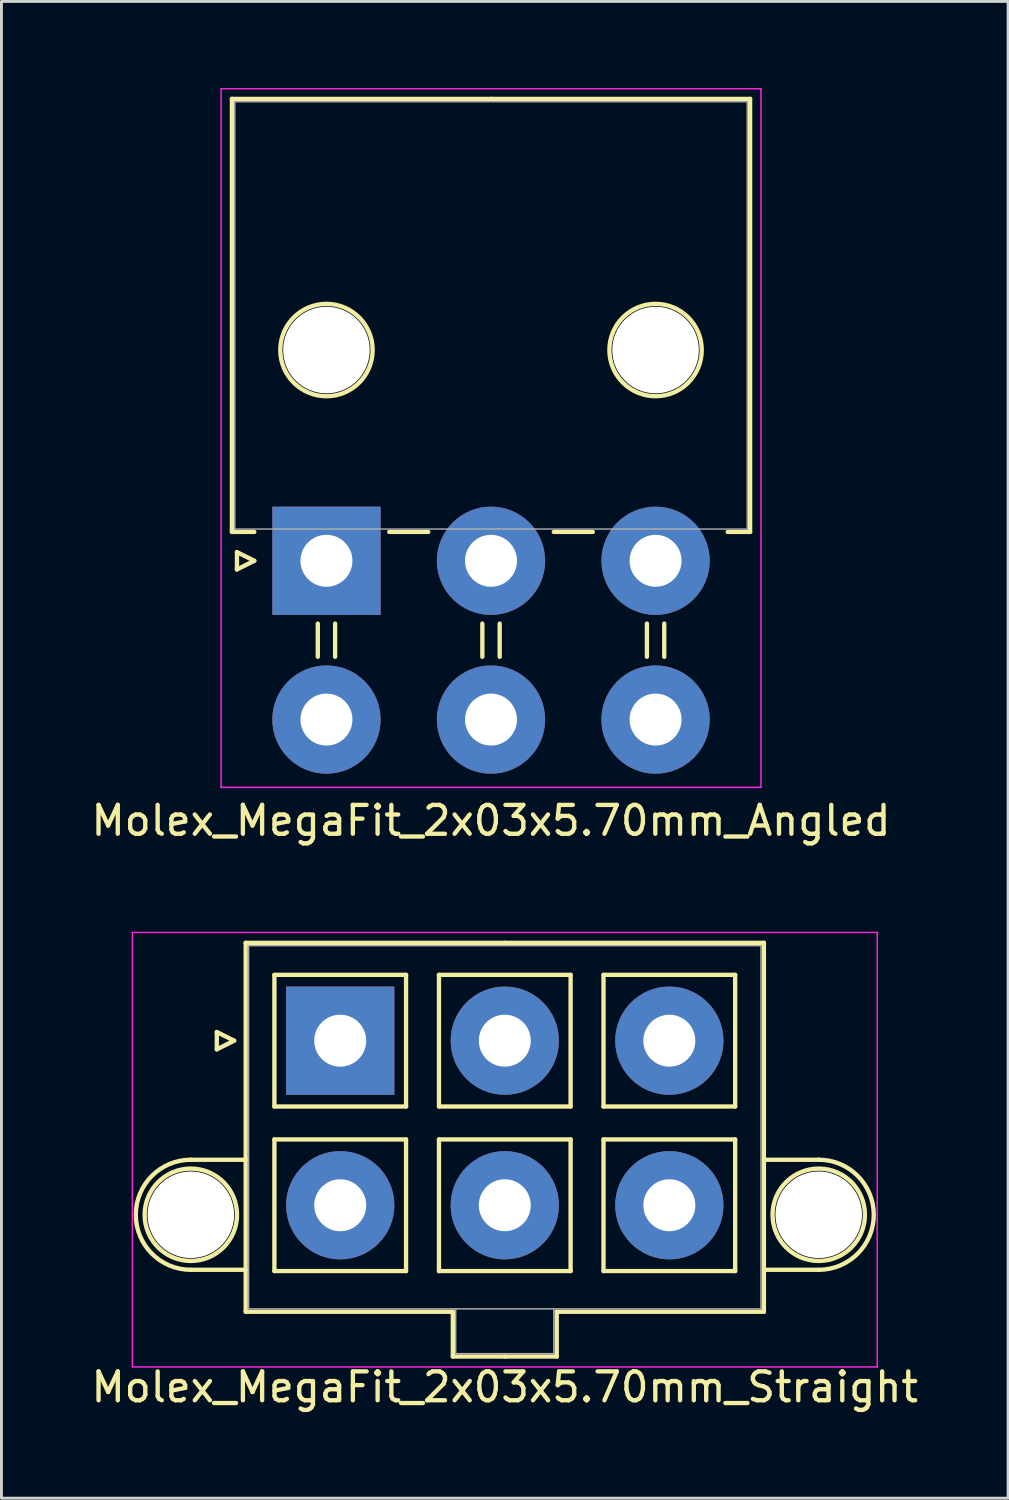
<source format=kicad_pcb>
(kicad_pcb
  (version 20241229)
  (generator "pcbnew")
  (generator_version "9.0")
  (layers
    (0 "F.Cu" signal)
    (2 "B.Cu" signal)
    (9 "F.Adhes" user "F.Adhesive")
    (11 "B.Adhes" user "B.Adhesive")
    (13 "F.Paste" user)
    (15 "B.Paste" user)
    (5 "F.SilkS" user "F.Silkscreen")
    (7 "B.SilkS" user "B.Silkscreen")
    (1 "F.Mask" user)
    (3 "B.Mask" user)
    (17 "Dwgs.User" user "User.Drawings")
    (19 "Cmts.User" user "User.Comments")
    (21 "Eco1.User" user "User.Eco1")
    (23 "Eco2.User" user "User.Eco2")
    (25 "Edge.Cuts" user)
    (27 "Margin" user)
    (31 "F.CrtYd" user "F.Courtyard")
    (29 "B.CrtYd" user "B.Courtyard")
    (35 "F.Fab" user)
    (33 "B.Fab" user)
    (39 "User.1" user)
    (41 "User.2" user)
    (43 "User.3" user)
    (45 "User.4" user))
  (footprint "Molex_MegaFit_2x03x5.70mm_Straight"
    (layer "F.Cu")
    (at 8.735 32.998)
    (property "Reference" "Molex_MegaFit_2x03x5.70mm_Straight" (at 5.7 12 0) (layer "F.SilkS") (effects (font (size 1 1) (thickness 0.15))))
    (attr through_hole)
    (fp_line (start -5.175 4.124) (end -3.275 4.124) (stroke (width 0.15) (type solid)) (layer "F.SilkS"))
    (fp_line (start -5.175 7.936) (end -3.275 7.936) (stroke (width 0.15) (type solid)) (layer "F.SilkS"))
    (fp_line (start -4.275 -0.3) (end -3.675 0) (stroke (width 0.15) (type solid)) (layer "F.SilkS"))
    (fp_line (start -4.275 0.3) (end -4.275 -0.3) (stroke (width 0.15) (type solid)) (layer "F.SilkS"))
    (fp_line (start -3.675 0) (end -4.275 0.3) (stroke (width 0.15) (type solid)) (layer "F.SilkS"))
    (fp_line (start -3.275 -3.39) (end -3.275 9.39) (stroke (width 0.15) (type solid)) (layer "F.SilkS"))
    (fp_line (start -3.275 9.39) (end 3.9 9.39) (stroke (width 0.15) (type solid)) (layer "F.SilkS"))
    (fp_line (start -2.28 -2.28) (end -2.28 2.28) (stroke (width 0.15) (type solid)) (layer "F.SilkS"))
    (fp_line (start -2.28 2.28) (end 2.28 2.28) (stroke (width 0.15) (type solid)) (layer "F.SilkS"))
    (fp_line (start -2.28 3.42) (end -2.28 7.98) (stroke (width 0.15) (type solid)) (layer "F.SilkS"))
    (fp_line (start -2.28 7.98) (end 2.28 7.98) (stroke (width 0.15) (type solid)) (layer "F.SilkS"))
    (fp_line (start 2.28 -2.28) (end -2.28 -2.28) (stroke (width 0.15) (type solid)) (layer "F.SilkS"))
    (fp_line (start 2.28 2.28) (end 2.28 -2.28) (stroke (width 0.15) (type solid)) (layer "F.SilkS"))
    (fp_line (start 2.28 3.42) (end -2.28 3.42) (stroke (width 0.15) (type solid)) (layer "F.SilkS"))
    (fp_line (start 2.28 7.98) (end 2.28 3.42) (stroke (width 0.15) (type solid)) (layer "F.SilkS"))
    (fp_line (start 3.42 -2.28) (end 3.42 2.28) (stroke (width 0.15) (type solid)) (layer "F.SilkS"))
    (fp_line (start 3.42 2.28) (end 7.98 2.28) (stroke (width 0.15) (type solid)) (layer "F.SilkS"))
    (fp_line (start 3.42 3.42) (end 3.42 7.98) (stroke (width 0.15) (type solid)) (layer "F.SilkS"))
    (fp_line (start 3.42 7.98) (end 7.98 7.98) (stroke (width 0.15) (type solid)) (layer "F.SilkS"))
    (fp_line (start 3.9 9.39) (end 3.9 10.94) (stroke (width 0.15) (type solid)) (layer "F.SilkS"))
    (fp_line (start 3.9 10.94) (end 5.7 10.94) (stroke (width 0.15) (type solid)) (layer "F.SilkS"))
    (fp_line (start 5.7 -3.39) (end -3.275 -3.39) (stroke (width 0.15) (type solid)) (layer "F.SilkS"))
    (fp_line (start 5.7 -3.39) (end 14.675 -3.39) (stroke (width 0.15) (type solid)) (layer "F.SilkS"))
    (fp_line (start 7.5 9.39) (end 7.5 10.94) (stroke (width 0.15) (type solid)) (layer "F.SilkS"))
    (fp_line (start 7.5 10.94) (end 5.7 10.94) (stroke (width 0.15) (type solid)) (layer "F.SilkS"))
    (fp_line (start 7.98 -2.28) (end 3.42 -2.28) (stroke (width 0.15) (type solid)) (layer "F.SilkS"))
    (fp_line (start 7.98 2.28) (end 7.98 -2.28) (stroke (width 0.15) (type solid)) (layer "F.SilkS"))
    (fp_line (start 7.98 3.42) (end 3.42 3.42) (stroke (width 0.15) (type solid)) (layer "F.SilkS"))
    (fp_line (start 7.98 7.98) (end 7.98 3.42) (stroke (width 0.15) (type solid)) (layer "F.SilkS"))
    (fp_line (start 9.12 -2.28) (end 9.12 2.28) (stroke (width 0.15) (type solid)) (layer "F.SilkS"))
    (fp_line (start 9.12 2.28) (end 13.68 2.28) (stroke (width 0.15) (type solid)) (layer "F.SilkS"))
    (fp_line (start 9.12 3.42) (end 9.12 7.98) (stroke (width 0.15) (type solid)) (layer "F.SilkS"))
    (fp_line (start 9.12 7.98) (end 13.68 7.98) (stroke (width 0.15) (type solid)) (layer "F.SilkS"))
    (fp_line (start 13.68 -2.28) (end 9.12 -2.28) (stroke (width 0.15) (type solid)) (layer "F.SilkS"))
    (fp_line (start 13.68 2.28) (end 13.68 -2.28) (stroke (width 0.15) (type solid)) (layer "F.SilkS"))
    (fp_line (start 13.68 3.42) (end 9.12 3.42) (stroke (width 0.15) (type solid)) (layer "F.SilkS"))
    (fp_line (start 13.68 7.98) (end 13.68 3.42) (stroke (width 0.15) (type solid)) (layer "F.SilkS"))
    (fp_line (start 14.675 -3.39) (end 14.675 9.39) (stroke (width 0.15) (type solid)) (layer "F.SilkS"))
    (fp_line (start 14.675 9.39) (end 7.5 9.39) (stroke (width 0.15) (type solid)) (layer "F.SilkS"))
    (fp_line (start 16.575 4.124) (end 14.675 4.124) (stroke (width 0.15) (type solid)) (layer "F.SilkS"))
    (fp_line (start 16.575 7.936) (end 14.675 7.936) (stroke (width 0.15) (type solid)) (layer "F.SilkS"))
    (fp_arc (start -5.175 7.93625) (mid -7.08125 6.03) (end -5.175 4.12375) (stroke (width 0.15) (type solid)) (layer "F.SilkS"))
    (fp_arc (start 16.575 4.12375) (mid 18.48125 6.03) (end 16.575 7.93625) (stroke (width 0.15) (type solid)) (layer "F.SilkS"))
    (fp_circle (center -5.175 6.03) (end -3.575 6.03) (stroke (width 0.15) (type solid)) (fill no) (layer "F.SilkS"))
    (fp_circle (center 16.575 6.03) (end 18.175 6.03) (stroke (width 0.15) (type solid)) (fill no) (layer "F.SilkS"))
    (fp_line (start -7.2 -3.75) (end -7.2 11.3) (stroke (width 0.05) (type solid)) (layer "F.CrtYd"))
    (fp_line (start -7.2 11.3) (end 18.6 11.3) (stroke (width 0.05) (type solid)) (layer "F.CrtYd"))
    (fp_line (start 18.6 -3.75) (end -7.2 -3.75) (stroke (width 0.05) (type solid)) (layer "F.CrtYd"))
    (fp_line (start 18.6 11.3) (end 18.6 -3.75) (stroke (width 0.05) (type solid)) (layer "F.CrtYd"))
    (fp_line (start -3.175 -3.29) (end -3.175 9.29) (stroke (width 0.05) (type solid)) (layer "F.Fab"))
    (fp_line (start -3.175 9.29) (end 14.575 9.29) (stroke (width 0.05) (type solid)) (layer "F.Fab"))
    (fp_line (start 4 9.29) (end 4 10.84) (stroke (width 0.05) (type solid)) (layer "F.Fab"))
    (fp_line (start 4 10.84) (end 7.4 10.84) (stroke (width 0.05) (type solid)) (layer "F.Fab"))
    (fp_line (start 7.4 10.84) (end 7.4 9.29) (stroke (width 0.05) (type solid)) (layer "F.Fab"))
    (fp_line (start 14.575 -3.29) (end -3.175 -3.29) (stroke (width 0.05) (type solid)) (layer "F.Fab"))
    (fp_line (start 14.575 9.29) (end 14.575 -3.29) (stroke (width 0.05) (type solid)) (layer "F.Fab"))
    (pad "" np_thru_hole circle (at -5.175 6.03) (size 3 3) (drill 3) (layers "*.Cu"))
    (pad "" np_thru_hole circle (at 16.575 6.03) (size 3 3) (drill 3) (layers "*.Cu"))
    (pad "1" thru_hole rect (at 0 0) (size 3.75 3.75) (drill 1.8) (layers "*.Cu" "*.Mask"))
    (pad "2" thru_hole circle (at 5.7 0) (size 3.75 3.75) (drill 1.8) (layers "*.Cu" "*.Mask"))
    (pad "3" thru_hole circle (at 11.4 0) (size 3.75 3.75) (drill 1.8) (layers "*.Cu" "*.Mask"))
    (pad "4" thru_hole circle (at 0 5.7) (size 3.75 3.75) (drill 1.8) (layers "*.Cu" "*.Mask"))
    (pad "5" thru_hole circle (at 5.7 5.7) (size 3.75 3.75) (drill 1.8) (layers "*.Cu" "*.Mask"))
    (pad "6" thru_hole circle (at 11.4 5.7) (size 3.75 3.75) (drill 1.8) (layers "*.Cu" "*.Mask")))
  (footprint "Molex_MegaFit_2x03x5.70mm_Angled"
    (layer "F.Cu")
    (at 8.258 16.375)
    (property "Reference" "Molex_MegaFit_2x03x5.70mm_Angled" (at 5.7 9 0) (layer "F.SilkS") (effects (font (size 1 1) (thickness 0.15))))
    (attr through_hole)
    (fp_line (start -3.275 -16) (end -3.275 -1) (stroke (width 0.15) (type solid)) (layer "F.SilkS"))
    (fp_line (start -3.275 -1) (end -2.5 -1) (stroke (width 0.15) (type solid)) (layer "F.SilkS"))
    (fp_line (start -3.1 -0.3) (end -2.5 0) (stroke (width 0.15) (type solid)) (layer "F.SilkS"))
    (fp_line (start -3.1 0.3) (end -3.1 -0.3) (stroke (width 0.15) (type solid)) (layer "F.SilkS"))
    (fp_line (start -2.5 0) (end -3.1 0.3) (stroke (width 0.15) (type solid)) (layer "F.SilkS"))
    (fp_line (start -0.3 2.175) (end -0.3 3.325) (stroke (width 0.15) (type solid)) (layer "F.SilkS"))
    (fp_line (start 0.3 2.175) (end 0.3 3.325) (stroke (width 0.15) (type solid)) (layer "F.SilkS"))
    (fp_line (start 2.175 -1) (end 3.525 -1) (stroke (width 0.15) (type solid)) (layer "F.SilkS"))
    (fp_line (start 5.4 2.175) (end 5.4 3.325) (stroke (width 0.15) (type solid)) (layer "F.SilkS"))
    (fp_line (start 5.7 -16) (end -3.275 -16) (stroke (width 0.15) (type solid)) (layer "F.SilkS"))
    (fp_line (start 5.7 -16) (end 14.675 -16) (stroke (width 0.15) (type solid)) (layer "F.SilkS"))
    (fp_line (start 6 2.175) (end 6 3.325) (stroke (width 0.15) (type solid)) (layer "F.SilkS"))
    (fp_line (start 7.875 -1) (end 9.225 -1) (stroke (width 0.15) (type solid)) (layer "F.SilkS"))
    (fp_line (start 11.1 2.175) (end 11.1 3.325) (stroke (width 0.15) (type solid)) (layer "F.SilkS"))
    (fp_line (start 11.7 2.175) (end 11.7 3.325) (stroke (width 0.15) (type solid)) (layer "F.SilkS"))
    (fp_line (start 14.675 -16) (end 14.675 -1) (stroke (width 0.15) (type solid)) (layer "F.SilkS"))
    (fp_line (start 14.675 -1) (end 13.9 -1) (stroke (width 0.15) (type solid)) (layer "F.SilkS"))
    (fp_circle (center 0 -7.3) (end 1.6 -7.3) (stroke (width 0.15) (type solid)) (fill no) (layer "F.SilkS"))
    (fp_circle (center 11.4 -7.3) (end 13 -7.3) (stroke (width 0.15) (type solid)) (fill no) (layer "F.SilkS"))
    (fp_line (start -3.65 -16.35) (end -3.65 7.85) (stroke (width 0.05) (type solid)) (layer "F.CrtYd"))
    (fp_line (start -3.65 7.85) (end 15.05 7.85) (stroke (width 0.05) (type solid)) (layer "F.CrtYd"))
    (fp_line (start 15.05 -16.35) (end -3.65 -16.35) (stroke (width 0.05) (type solid)) (layer "F.CrtYd"))
    (fp_line (start 15.05 7.85) (end 15.05 -16.35) (stroke (width 0.05) (type solid)) (layer "F.CrtYd"))
    (fp_line (start -3.175 -15.9) (end -3.175 -1.1) (stroke (width 0.05) (type solid)) (layer "F.Fab"))
    (fp_line (start -3.175 -1.1) (end 14.575 -1.1) (stroke (width 0.05) (type solid)) (layer "F.Fab"))
    (fp_line (start 14.575 -15.9) (end -3.175 -15.9) (stroke (width 0.05) (type solid)) (layer "F.Fab"))
    (fp_line (start 14.575 -1.1) (end 14.575 -15.9) (stroke (width 0.05) (type solid)) (layer "F.Fab"))
    (pad "" np_thru_hole circle (at 0 -7.3) (size 3 3) (drill 3) (layers "*.Cu"))
    (pad "" np_thru_hole circle (at 11.4 -7.3) (size 3 3) (drill 3) (layers "*.Cu"))
    (pad "1" thru_hole rect (at 0 0) (size 3.75 3.75) (drill 1.8) (layers "*.Cu" "*.Mask"))
    (pad "2" thru_hole circle (at 5.7 0) (size 3.75 3.75) (drill 1.8) (layers "*.Cu" "*.Mask"))
    (pad "3" thru_hole circle (at 11.4 0) (size 3.75 3.75) (drill 1.8) (layers "*.Cu" "*.Mask"))
    (pad "4" thru_hole circle (at 0 5.5) (size 3.75 3.75) (drill 1.8) (layers "*.Cu" "*.Mask"))
    (pad "5" thru_hole circle (at 5.7 5.5) (size 3.75 3.75) (drill 1.8) (layers "*.Cu" "*.Mask"))
    (pad "6" thru_hole circle (at 11.4 5.5) (size 3.75 3.75) (drill 1.8) (layers "*.Cu" "*.Mask")))
  (gr_rect
    (start -3 -3)
    (end 31.869 48.846)
    (stroke (width 0.1) (type default))
    (fill no)
    (layer "Edge.Cuts")))
</source>
